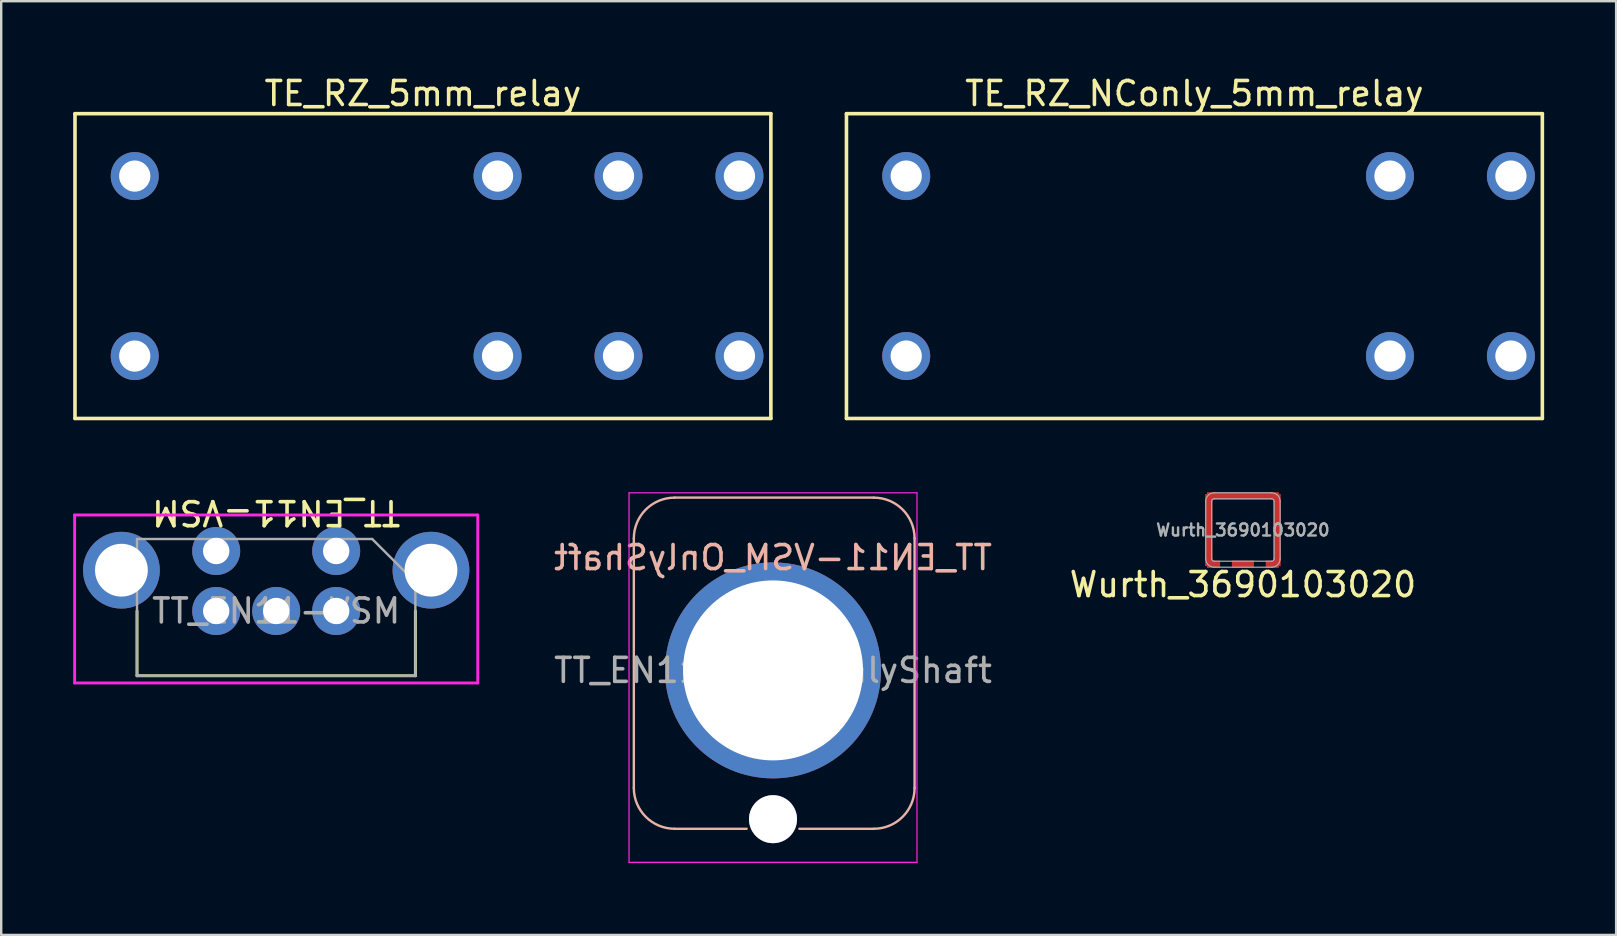
<source format=kicad_pcb>
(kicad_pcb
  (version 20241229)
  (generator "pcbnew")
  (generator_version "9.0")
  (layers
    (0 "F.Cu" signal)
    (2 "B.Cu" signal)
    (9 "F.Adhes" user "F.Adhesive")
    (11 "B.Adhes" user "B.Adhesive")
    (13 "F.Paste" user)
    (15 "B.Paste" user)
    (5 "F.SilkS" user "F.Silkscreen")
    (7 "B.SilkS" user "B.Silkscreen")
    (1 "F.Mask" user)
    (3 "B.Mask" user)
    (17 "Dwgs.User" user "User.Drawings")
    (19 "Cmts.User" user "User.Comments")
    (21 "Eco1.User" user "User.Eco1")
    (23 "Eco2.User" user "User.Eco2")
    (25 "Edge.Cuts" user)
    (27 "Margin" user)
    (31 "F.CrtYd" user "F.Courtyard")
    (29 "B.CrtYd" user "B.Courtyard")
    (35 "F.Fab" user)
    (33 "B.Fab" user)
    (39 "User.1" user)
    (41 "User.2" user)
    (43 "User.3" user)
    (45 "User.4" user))
  (footprint "TE_RZ_NConly_5mm_relay"
    (layer "F.Cu")
    (at 46.725 8.038)
    (property "Reference" "TE_RZ_NConly_5mm_relay" (at 0 -7.19 0) (layer "F.SilkS") (effects (font (size 1 1) (thickness 0.15))))
    (attr through_hole)
    (fp_line (start -14.5 -6.35) (end 14.5 -6.35) (stroke (width 0.15) (type solid)) (layer "F.SilkS"))
    (fp_line (start -14.5 6.35) (end -14.5 -6.35) (stroke (width 0.15) (type solid)) (layer "F.SilkS"))
    (fp_line (start 14.5 -6.35) (end 14.5 6.35) (stroke (width 0.15) (type solid)) (layer "F.SilkS"))
    (fp_line (start 14.5 6.35) (end -14.5 6.35) (stroke (width 0.15) (type solid)) (layer "F.SilkS"))
    (pad "11" thru_hole circle (at 8.15 -3.75) (size 2 2) (drill 1.3) (layers "*.Cu" "*.Mask"))
    (pad "11" thru_hole circle (at 8.15 3.75) (size 2 2) (drill 1.3) (layers "*.Cu" "*.Mask"))
    (pad "14" thru_hole circle (at 13.19 -3.75) (size 2 2) (drill 1.3) (layers "*.Cu" "*.Mask"))
    (pad "14" thru_hole circle (at 13.19 3.75) (size 2 2) (drill 1.3) (layers "*.Cu" "*.Mask"))
    (pad "A1" thru_hole circle (at -12.01 -3.75) (size 2 2) (drill 1.3) (layers "*.Cu" "*.Mask"))
    (pad "A2" thru_hole circle (at -12.01 3.75) (size 2 2) (drill 1.3) (layers "*.Cu" "*.Mask")))
  (footprint "TT_EN11-VSM_OnlyShaft"
    (layer "F.Cu")
    (at 29.164 24.888)
    (property "Reference" "TT_EN11-VSM_OnlyShaft" (at 0 -4.7 0) (unlocked yes) (layer "B.SilkS") (effects (font (size 1 1) (thickness 0.15)) (justify mirror)))
    (attr through_hole)
    (fp_line (start -5.8 -5.5) (end -5.8 4.9) (stroke (width 0.1) (type solid)) (layer "B.SilkS"))
    (fp_line (start -4.1 6.6) (end -1.1 6.6) (stroke (width 0.1) (type solid)) (layer "B.SilkS"))
    (fp_line (start 1.1 6.6) (end 4.2 6.6) (stroke (width 0.1) (type solid)) (layer "B.SilkS"))
    (fp_line (start 4.2 -7.2) (end -4.1 -7.2) (stroke (width 0.1) (type solid)) (layer "B.SilkS"))
    (fp_line (start 5.9 4.9) (end 5.9 -5.5) (stroke (width 0.1) (type solid)) (layer "B.SilkS"))
    (fp_arc (start -5.8 -5.5) (mid -5.302082 -6.702082) (end -4.1 -7.2) (stroke (width 0.1) (type solid)) (layer "B.SilkS"))
    (fp_arc (start -4.1 6.6) (mid -5.302082 6.102082) (end -5.8 4.9) (stroke (width 0.1) (type solid)) (layer "B.SilkS"))
    (fp_arc (start 4.2 -7.2) (mid 5.402082 -6.702082) (end 5.9 -5.5) (stroke (width 0.1) (type solid)) (layer "B.SilkS"))
    (fp_arc (start 5.9 4.9) (mid 5.402082 6.102082) (end 4.2 6.6) (stroke (width 0.1) (type solid)) (layer "B.SilkS"))
    (fp_line (start -6 -7.4) (end 6 -7.4) (stroke (width 0.05) (type solid)) (layer "F.CrtYd"))
    (fp_line (start -6 8) (end -6 -7.4) (stroke (width 0.05) (type solid)) (layer "F.CrtYd"))
    (fp_line (start 6 -7.4) (end 6 8) (stroke (width 0.05) (type solid)) (layer "F.CrtYd"))
    (fp_line (start 6 8) (end -6 8) (stroke (width 0.05) (type solid)) (layer "F.CrtYd"))
    (fp_text user "${REFERENCE}" (at 0 0 0) (unlocked yes) (layer "F.Fab") (effects (font (size 1 1) (thickness 0.15))))
    (pad "" thru_hole circle (at 0 6.2) (size 2 2) (drill 2) (layers "*.Cu" "*.Mask"))
    (pad "1" thru_hole circle (at 0 0) (size 9 9) (drill 7.5) (layers "*.Cu" "*.Mask")))
  (footprint "TT_EN11-VSM"
    (layer "F.Cu")
    (at 8.46 22.412)
    (property "Reference" "TT_EN11-VSM" (at 0 -4.1 180) (unlocked yes) (layer "F.SilkS") (effects (font (size 1 1) (thickness 0.15))))
    (attr through_hole)
    (fp_line (start -5.8 0) (end -5.8 2.7) (stroke (width 0.12) (type solid)) (layer "F.SilkS"))
    (fp_line (start -5.8 2.7) (end 5.8 2.7) (stroke (width 0.12) (type solid)) (layer "F.SilkS"))
    (fp_line (start 5.8 0) (end 5.8 2.7) (stroke (width 0.12) (type solid)) (layer "F.SilkS"))
    (fp_line (start -8.4 -4) (end -8.4 3) (stroke (width 0.12) (type solid)) (layer "F.CrtYd"))
    (fp_line (start -8.4 3) (end 8.4 3) (stroke (width 0.12) (type solid)) (layer "F.CrtYd"))
    (fp_line (start 8.4 -4) (end -8.4 -4) (stroke (width 0.12) (type solid)) (layer "F.CrtYd"))
    (fp_line (start 8.4 3) (end 8.4 -4) (stroke (width 0.12) (type solid)) (layer "F.CrtYd"))
    (fp_line (start -5.8 -3) (end 4 -3) (stroke (width 0.1) (type solid)) (layer "F.Fab"))
    (fp_line (start -5.8 2.7) (end -5.8 -3) (stroke (width 0.1) (type solid)) (layer "F.Fab"))
    (fp_line (start 4 -3) (end 5.8 -1.2) (stroke (width 0.1) (type solid)) (layer "F.Fab"))
    (fp_line (start 5.8 -1.2) (end 5.8 2.7) (stroke (width 0.1) (type solid)) (layer "F.Fab"))
    (fp_line (start 5.8 2.7) (end -5.8 2.7) (stroke (width 0.1) (type solid)) (layer "F.Fab"))
    (fp_text user "${REFERENCE}" (at 0 0 0) (unlocked yes) (layer "F.Fab") (effects (font (size 1 1) (thickness 0.15))))
    (pad "" thru_hole circle (at -6.45 -1.7) (size 3.2 3.2) (drill 2.2) (layers "*.Cu" "*.Mask"))
    (pad "" thru_hole circle (at 6.45 -1.7) (size 3.2 3.2) (drill 2.2) (layers "*.Cu" "*.Mask"))
    (pad "1" thru_hole circle (at 2.5 -2.5) (size 2 2) (drill 1.1) (layers "*.Cu" "*.Mask"))
    (pad "2" thru_hole circle (at -2.5 -2.5) (size 2 2) (drill 1.1) (layers "*.Cu" "*.Mask"))
    (pad "A" thru_hole circle (at -2.5 0) (size 2 2) (drill 1.1) (layers "*.Cu" "*.Mask"))
    (pad "B" thru_hole circle (at 2.5 0) (size 2 2) (drill 1.1) (layers "*.Cu" "*.Mask"))
    (pad "C" thru_hole circle (at 0 0) (size 2 2) (drill 1.1) (layers "*.Cu" "*.Mask")))
  (footprint "Wurth_3690103020"
    (layer "F.Cu")
    (at 48.747 19.038)
    (property "Reference" "Wurth_3690103020" (at 0 2.275 0) (unlocked yes) (layer "F.SilkS") (effects (font (size 1 1) (thickness 0.15))))
    (attr through_hole)
    (fp_poly (pts (xy -1.55 -0.25) (xy -1.55 -1.15) (xy -1.3 -1.15) (xy -1.3 -0.25)) (stroke (width 0.001) (type solid)) (fill yes) (layer "F.Paste"))
    (fp_poly (pts (xy -1.55 1.15) (xy -1.55 0.25) (xy -1.3 0.25) (xy -1.3 1.15)) (stroke (width 0.001) (type solid)) (fill yes) (layer "F.Paste"))
    (fp_poly (pts (xy -1 1.55) (xy -1.45 1.55) (xy -1.45 1.3) (xy -1 1.3)) (stroke (width 0.001) (type solid)) (fill yes) (layer "F.Paste"))
    (fp_poly (pts (xy -0.65 -1.3) (xy -1.45 -1.3) (xy -1.45 -1.55) (xy -0.65 -1.55)) (stroke (width 0.001) (type solid)) (fill yes) (layer "F.Paste"))
    (fp_poly (pts (xy 0.4 -1.3) (xy -0.4 -1.3) (xy -0.4 -1.55) (xy 0.4 -1.55)) (stroke (width 0.001) (type solid)) (fill yes) (layer "F.Paste"))
    (fp_poly (pts (xy 0.4 1.55) (xy -0.4 1.55) (xy -0.4 1.3) (xy 0.4 1.3)) (stroke (width 0.001) (type solid)) (fill yes) (layer "F.Paste"))
    (fp_poly (pts (xy 1.45 -1.3) (xy 0.65 -1.3) (xy 0.65 -1.55) (xy 1.45 -1.55)) (stroke (width 0.001) (type solid)) (fill yes) (layer "F.Paste"))
    (fp_poly (pts (xy 1.45 1.55) (xy 1 1.55) (xy 1 1.3) (xy 1.45 1.3)) (stroke (width 0.001) (type solid)) (fill yes) (layer "F.Paste"))
    (fp_poly (pts (xy 1.55 -1.15) (xy 1.55 -0.25) (xy 1.3 -0.25) (xy 1.3 -1.15)) (stroke (width 0.001) (type solid)) (fill yes) (layer "F.Paste"))
    (fp_poly (pts (xy 1.55 0.25) (xy 1.55 1.15) (xy 1.3 1.15) (xy 1.3 0.25)) (stroke (width 0.001) (type solid)) (fill yes) (layer "F.Paste"))
    (fp_line (start -1.55 -1.2) (end -1.55 1.2) (stroke (width 0.05) (type solid)) (layer "F.Fab"))
    (fp_line (start -1.3 -1.2) (end -1.3 1.2) (stroke (width 0.05) (type solid)) (layer "F.Fab"))
    (fp_line (start -1.2 1.3) (end 1.2 1.3) (stroke (width 0.05) (type solid)) (layer "F.Fab"))
    (fp_line (start -1.2 1.55) (end 1.2 1.55) (stroke (width 0.05) (type solid)) (layer "F.Fab"))
    (fp_line (start 1.2 -1.55) (end -1.2 -1.55) (stroke (width 0.05) (type solid)) (layer "F.Fab"))
    (fp_line (start 1.2 -1.3) (end -1.2 -1.3) (stroke (width 0.05) (type solid)) (layer "F.Fab"))
    (fp_line (start 1.3 1.2) (end 1.3 -1.2) (stroke (width 0.05) (type solid)) (layer "F.Fab"))
    (fp_line (start 1.55 1.2) (end 1.55 -1.2) (stroke (width 0.05) (type solid)) (layer "F.Fab"))
    (fp_arc (start -1.55 -1.2) (mid -1.447487 -1.447487) (end -1.2 -1.55) (stroke (width 0.05) (type solid)) (layer "F.Fab"))
    (fp_arc (start -1.3 -1.2) (mid -1.270711 -1.270711) (end -1.2 -1.3) (stroke (width 0.05) (type solid)) (layer "F.Fab"))
    (fp_arc (start -1.2 1.3) (mid -1.270711 1.270711) (end -1.3 1.2) (stroke (width 0.05) (type solid)) (layer "F.Fab"))
    (fp_arc (start -1.2 1.55) (mid -1.447487 1.447487) (end -1.55 1.2) (stroke (width 0.05) (type solid)) (layer "F.Fab"))
    (fp_arc (start 1.2 -1.55) (mid 1.447487 -1.447487) (end 1.55 -1.2) (stroke (width 0.05) (type solid)) (layer "F.Fab"))
    (fp_arc (start 1.2 -1.3) (mid 1.270711 -1.270711) (end 1.3 -1.2) (stroke (width 0.05) (type solid)) (layer "F.Fab"))
    (fp_arc (start 1.3 1.2) (mid 1.270711 1.270711) (end 1.2 1.3) (stroke (width 0.05) (type solid)) (layer "F.Fab"))
    (fp_arc (start 1.55 1.2) (mid 1.447487 1.447487) (end 1.2 1.55) (stroke (width 0.05) (type solid)) (layer "F.Fab"))
    (fp_text user "${REFERENCE}" (at 0 0 0) (unlocked yes) (layer "F.Fab") (effects (font (size 0.5 0.5) (thickness 0.1))))
    (pad "1" smd rect (at -1.425 0 90) (size 3 0.3) (layers "F.Cu" "F.Mask"))
    (pad "1" smd rect (at -1.225 1.425) (size 0.55 0.3) (layers "F.Cu" "F.Mask"))
    (pad "1" smd rect (at 0 -1.425) (size 3 0.3) (layers "F.Cu" "F.Mask"))
    (pad "1" smd rect (at 0 1.425) (size 0.92 0.3) (layers "F.Cu" "F.Mask"))
    (pad "1" smd rect (at 1.225 1.425) (size 0.55 0.3) (layers "F.Cu" "F.Mask"))
    (pad "1" smd rect (at 1.425 0 270) (size 3 0.3) (layers "F.Cu" "F.Mask")))
  (footprint "TE_RZ_5mm_relay"
    (layer "F.Cu")
    (at 14.575 8.038)
    (property "Reference" "TE_RZ_5mm_relay" (at 0 -7.19 0) (layer "F.SilkS") (effects (font (size 1 1) (thickness 0.15))))
    (attr through_hole)
    (fp_line (start -14.5 -6.35) (end 14.5 -6.35) (stroke (width 0.15) (type solid)) (layer "F.SilkS"))
    (fp_line (start -14.5 6.35) (end -14.5 -6.35) (stroke (width 0.15) (type solid)) (layer "F.SilkS"))
    (fp_line (start 14.5 -6.35) (end 14.5 6.35) (stroke (width 0.15) (type solid)) (layer "F.SilkS"))
    (fp_line (start 14.5 6.35) (end -14.5 6.35) (stroke (width 0.15) (type solid)) (layer "F.SilkS"))
    (pad "11" thru_hole circle (at 8.15 -3.75) (size 2 2) (drill 1.3) (layers "*.Cu" "*.Mask"))
    (pad "11" thru_hole circle (at 8.15 3.75) (size 2 2) (drill 1.3) (layers "*.Cu" "*.Mask"))
    (pad "12" thru_hole circle (at 3.11 -3.75) (size 2 2) (drill 1.3) (layers "*.Cu" "*.Mask"))
    (pad "12" thru_hole circle (at 3.11 3.75) (size 2 2) (drill 1.3) (layers "*.Cu" "*.Mask"))
    (pad "14" thru_hole circle (at 13.19 -3.75) (size 2 2) (drill 1.3) (layers "*.Cu" "*.Mask"))
    (pad "14" thru_hole circle (at 13.19 3.75) (size 2 2) (drill 1.3) (layers "*.Cu" "*.Mask"))
    (pad "A1" thru_hole circle (at -12.01 -3.75) (size 2 2) (drill 1.3) (layers "*.Cu" "*.Mask"))
    (pad "A2" thru_hole circle (at -12.01 3.75) (size 2 2) (drill 1.3) (layers "*.Cu" "*.Mask")))
  (gr_rect
    (start -3 -3)
    (end 64.3 35.913)
    (stroke (width 0.1) (type default))
    (fill no)
    (layer "Edge.Cuts")))
</source>
